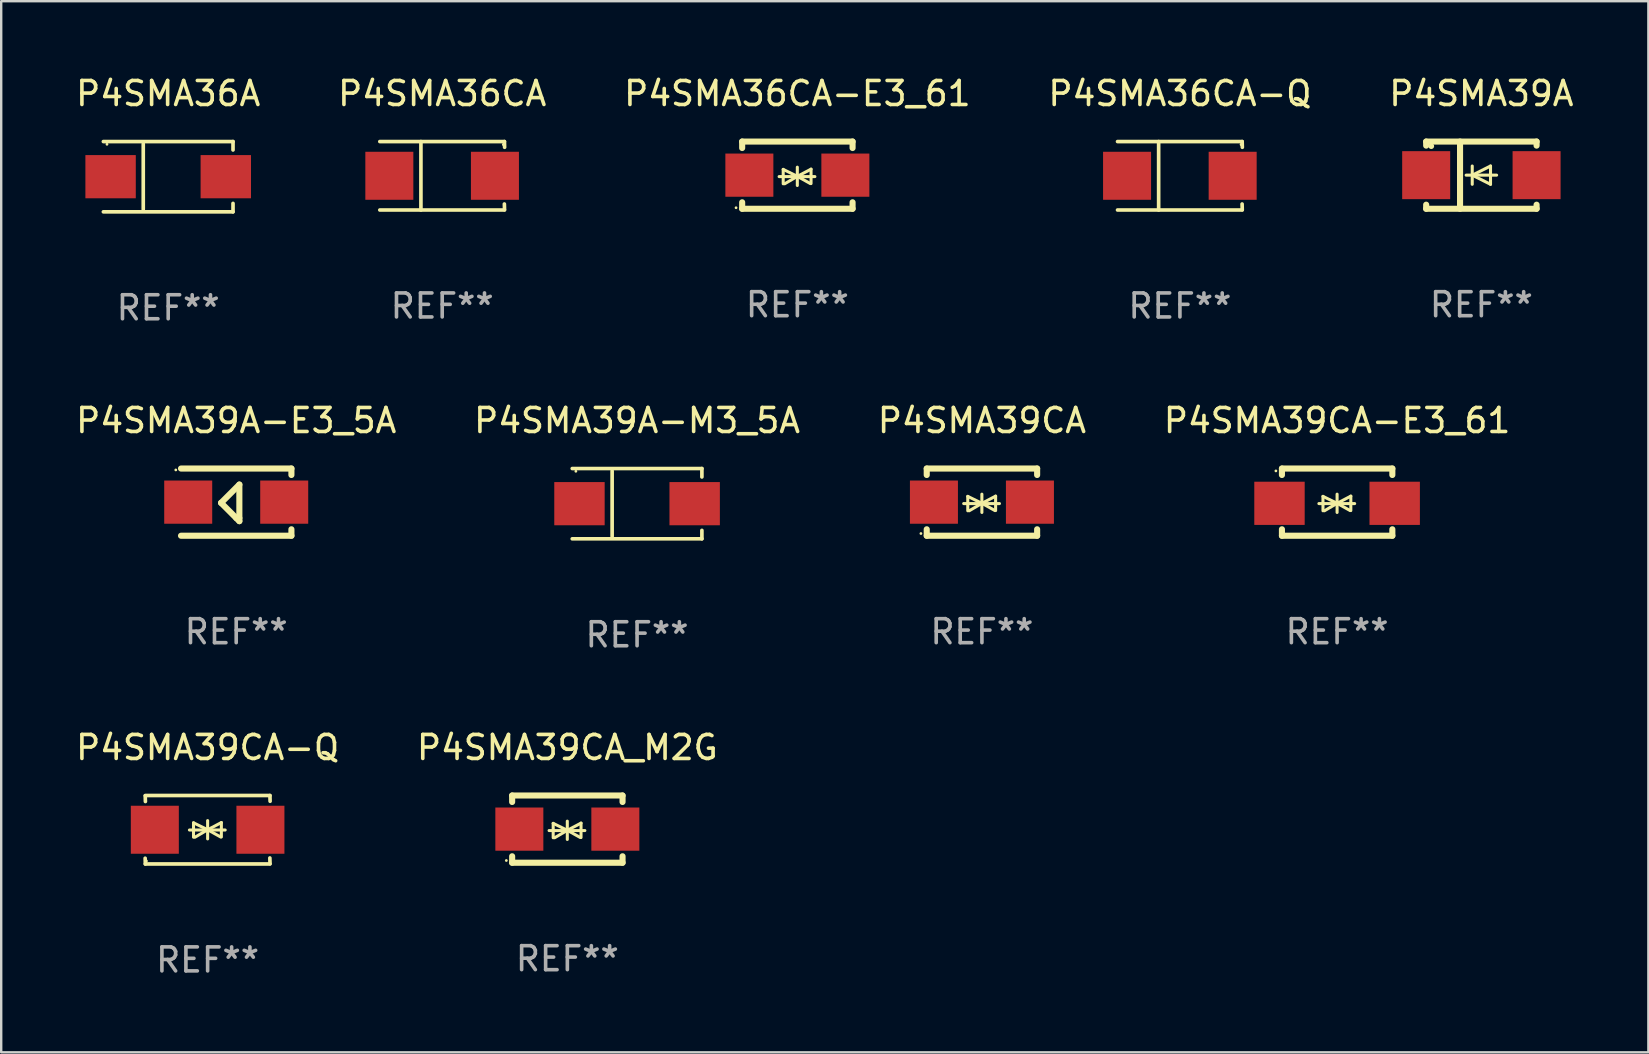
<source format=kicad_pcb>
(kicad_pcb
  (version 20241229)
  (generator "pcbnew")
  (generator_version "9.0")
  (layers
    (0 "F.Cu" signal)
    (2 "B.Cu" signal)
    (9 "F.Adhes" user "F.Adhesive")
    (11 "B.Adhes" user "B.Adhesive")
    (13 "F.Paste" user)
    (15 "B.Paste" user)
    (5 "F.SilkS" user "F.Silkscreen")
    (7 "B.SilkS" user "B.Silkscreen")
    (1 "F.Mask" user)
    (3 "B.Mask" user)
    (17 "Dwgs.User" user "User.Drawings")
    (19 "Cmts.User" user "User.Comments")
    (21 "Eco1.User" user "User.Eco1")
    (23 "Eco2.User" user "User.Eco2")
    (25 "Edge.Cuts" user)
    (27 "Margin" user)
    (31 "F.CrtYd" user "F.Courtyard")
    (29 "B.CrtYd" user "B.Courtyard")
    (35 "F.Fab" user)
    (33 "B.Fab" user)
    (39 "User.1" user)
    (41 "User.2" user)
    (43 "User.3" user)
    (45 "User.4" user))
  (footprint "P4SMA36CA-Q"
    (layer "F.Cu")
    (at 46.113 4.274)
    (property "Reference" "P4SMA36CA-Q" (at 0 -3.426 0) (layer "F.SilkS") (effects (font (size 1 1) (thickness 0.15))))
    (attr through_hole)
    (fp_line (start -2.6 -1.426) (end 2.593 -1.426) (stroke (width 0.152) (type solid)) (layer "F.SilkS"))
    (fp_line (start -2.6 1.426) (end 2.593 1.426) (stroke (width 0.152) (type solid)) (layer "F.SilkS"))
    (fp_line (start -0.887 -1.426) (end -0.887 1.426) (stroke (width 0.152) (type solid)) (layer "F.SilkS"))
    (fp_line (start 2.59 1.176) (end 2.597 1.415) (stroke (width 0.152) (type solid)) (layer "F.SilkS"))
    (fp_line (start 2.593 -1.426) (end 2.6 -1.187) (stroke (width 0.152) (type solid)) (layer "F.SilkS"))
    (fp_circle (center 2.547 -1.3) (end 2.577 -1.3) (stroke (width 0.06) (type solid)) (fill no) (layer "F.SilkS"))
    (fp_text user "REF**" (at 0 5.426 0) (layer "F.Fab") (effects (font (size 1 1) (thickness 0.15))))
    (pad "1" smd rect (at 2.197 -0.000025 180) (size 2 2) (layers "F.Cu" "F.Mask" "F.Paste"))
    (pad "2" smd rect (at -2.203 -0.000025 180) (size 2 2) (layers "F.Cu" "F.Mask" "F.Paste")))
  (footprint "P4SMA36CA"
    (layer "F.Cu")
    (at 15.375 4.274)
    (property "Reference" "P4SMA36CA" (at 0 -3.426 0) (layer "F.SilkS") (effects (font (size 1 1) (thickness 0.15))))
    (attr through_hole)
    (fp_line (start -2.6 -1.426) (end 2.593 -1.426) (stroke (width 0.152) (type solid)) (layer "F.SilkS"))
    (fp_line (start -2.6 1.426) (end 2.593 1.426) (stroke (width 0.152) (type solid)) (layer "F.SilkS"))
    (fp_line (start -0.887 -1.426) (end -0.887 1.426) (stroke (width 0.152) (type solid)) (layer "F.SilkS"))
    (fp_line (start 2.59 1.176) (end 2.597 1.415) (stroke (width 0.152) (type solid)) (layer "F.SilkS"))
    (fp_line (start 2.593 -1.426) (end 2.6 -1.187) (stroke (width 0.152) (type solid)) (layer "F.SilkS"))
    (fp_circle (center 2.547 -1.3) (end 2.577 -1.3) (stroke (width 0.06) (type solid)) (fill no) (layer "F.SilkS"))
    (fp_text user "REF**" (at 0 5.426 0) (layer "F.Fab") (effects (font (size 1 1) (thickness 0.15))))
    (pad "1" smd rect (at 2.197 -0.000025 180) (size 2 2) (layers "F.Cu" "F.Mask" "F.Paste"))
    (pad "2" smd rect (at -2.203 -0.000025 180) (size 2 2) (layers "F.Cu" "F.Mask" "F.Paste")))
  (footprint "P4SMA36CA-E3_61"
    (layer "F.Cu")
    (at 30.173 4.248)
    (property "Reference" "P4SMA36CA-E3_61" (at 0 -3.4 0) (layer "F.SilkS") (effects (font (size 1 1) (thickness 0.15))))
    (attr through_hole)
    (fp_line (start -2.3 -1.4) (end -2.3 -1.131) (stroke (width 0.254) (type solid)) (layer "F.SilkS"))
    (fp_line (start -2.3 -1.4) (end 2.3 -1.4) (stroke (width 0.254) (type solid)) (layer "F.SilkS"))
    (fp_line (start -2.3 1.131) (end -2.3 1.4) (stroke (width 0.254) (type solid)) (layer "F.SilkS"))
    (fp_line (start -2.3 1.4) (end 2.3 1.4) (stroke (width 0.254) (type solid)) (layer "F.SilkS"))
    (fp_line (start -0.76 0.06) (end 0.73 0.06) (stroke (width 0.127) (type solid)) (layer "F.SilkS"))
    (fp_line (start -0.59 -0.24) (end -0.59 0.36) (stroke (width 0.127) (type solid)) (layer "F.SilkS"))
    (fp_line (start -0.59 -0.24) (end -0.002 0.049) (stroke (width 0.127) (type solid)) (layer "F.SilkS"))
    (fp_line (start -0.53 0.36) (end -0.002 0.049) (stroke (width 0.127) (type solid)) (layer "F.SilkS"))
    (fp_line (start -0.002 0.049) (end -0.002 -0.332) (stroke (width 0.127) (type solid)) (layer "F.SilkS"))
    (fp_line (start -0.002 0.049) (end -0.002 0.43) (stroke (width 0.127) (type solid)) (layer "F.SilkS"))
    (fp_line (start 0.54 0.35) (end -0.002 0.049) (stroke (width 0.127) (type solid)) (layer "F.SilkS"))
    (fp_line (start 0.57 -0.25) (end -0.002 0.049) (stroke (width 0.127) (type solid)) (layer "F.SilkS"))
    (fp_line (start 0.57 -0.25) (end 0.57 0.35) (stroke (width 0.127) (type solid)) (layer "F.SilkS"))
    (fp_line (start 2.3 -1.4) (end 2.3 -1.131) (stroke (width 0.254) (type solid)) (layer "F.SilkS"))
    (fp_line (start 2.3 1.131) (end 2.3 1.4) (stroke (width 0.254) (type solid)) (layer "F.SilkS"))
    (fp_circle (center -2.555 1.358) (end -2.525 1.358) (stroke (width 0.06) (type solid)) (fill no) (layer "F.SilkS"))
    (fp_text user "REF**" (at 0 5.4 0) (layer "F.Fab") (effects (font (size 1 1) (thickness 0.15))))
    (pad "1" smd rect (at -2 -0.000025) (size 2 1.8) (layers "F.Cu" "F.Mask" "F.Paste"))
    (pad "2" smd rect (at 2 -0.000025) (size 2 1.8) (layers "F.Cu" "F.Mask" "F.Paste")))
  (footprint "P4SMA39A-M3_5A"
    (layer "F.Cu")
    (at 23.494 17.936)
    (property "Reference" "P4SMA39A-M3_5A" (at 0 -3.464 0) (layer "F.SilkS") (effects (font (size 1 1) (thickness 0.15))))
    (attr through_hole)
    (fp_line (start -2.701 -1.464) (end 2.701 -1.464) (stroke (width 0.152) (type solid)) (layer "F.SilkS"))
    (fp_line (start -2.701 1.464) (end 2.701 1.464) (stroke (width 0.152) (type solid)) (layer "F.SilkS"))
    (fp_line (start -1.039 -1.364) (end -1.039 1.364) (stroke (width 0.152) (type solid)) (layer "F.SilkS"))
    (fp_line (start 2.701 -1.464) (end 2.701 -1.113) (stroke (width 0.152) (type solid)) (layer "F.SilkS"))
    (fp_line (start 2.701 1.464) (end 2.701 1.113) (stroke (width 0.152) (type solid)) (layer "F.SilkS"))
    (fp_circle (center -2.55 -1.35) (end -2.52 -1.35) (stroke (width 0.06) (type solid)) (fill no) (layer "F.SilkS"))
    (fp_text user "REF**" (at 0 5.464 0) (layer "F.Fab") (effects (font (size 1 1) (thickness 0.15))))
    (pad "1" smd rect (at -2.4 0) (size 2.1 1.8) (layers "F.Cu" "F.Mask" "F.Paste"))
    (pad "2" smd rect (at 2.4 0) (size 2.1 1.8) (layers "F.Cu" "F.Mask" "F.Paste")))
  (footprint "P4SMA39A-E3_5A"
    (layer "F.Cu")
    (at 6.792 17.872)
    (property "Reference" "P4SMA39A-E3_5A" (at 0 -3.4 0) (layer "F.SilkS") (effects (font (size 1 1) (thickness 0.15))))
    (attr through_hole)
    (fp_line (start -2.3 -1.4) (end 2.3 -1.4) (stroke (width 0.254) (type solid)) (layer "F.SilkS"))
    (fp_line (start -2.3 1.4) (end 2.3 1.4) (stroke (width 0.254) (type solid)) (layer "F.SilkS"))
    (fp_line (start -0.631 0.03) (end 0.131 -0.732) (stroke (width 0.254) (type solid)) (layer "F.SilkS"))
    (fp_line (start 0.004 0.665) (end -0.631 0.03) (stroke (width 0.254) (type solid)) (layer "F.SilkS"))
    (fp_line (start 0.131 -0.732) (end 0.131 0.665) (stroke (width 0.254) (type solid)) (layer "F.SilkS"))
    (fp_line (start 0.131 0.665) (end 0.131 0.792) (stroke (width 0.254) (type solid)) (layer "F.SilkS"))
    (fp_line (start 0.131 0.792) (end 0.004 0.665) (stroke (width 0.254) (type solid)) (layer "F.SilkS"))
    (fp_line (start 2.3 -1.4) (end 2.3 -1.131) (stroke (width 0.254) (type solid)) (layer "F.SilkS"))
    (fp_line (start 2.3 1.131) (end 2.3 1.4) (stroke (width 0.254) (type solid)) (layer "F.SilkS"))
    (fp_circle (center -2.517 -1.342) (end -2.487 -1.342) (stroke (width 0.06) (type solid)) (fill no) (layer "F.SilkS"))
    (fp_text user "REF**" (at 0 5.4 0) (layer "F.Fab") (effects (font (size 1 1) (thickness 0.15))))
    (pad "1" smd rect (at -2 -0.000127) (size 2 1.8) (layers "F.Cu" "F.Mask" "F.Paste"))
    (pad "2" smd rect (at 2 -0.000127) (size 2 1.8) (layers "F.Cu" "F.Mask" "F.Paste")))
  (footprint "P4SMA36A"
    (layer "F.Cu")
    (at 3.958 4.312)
    (property "Reference" "P4SMA36A" (at 0 -3.464 0) (layer "F.SilkS") (effects (font (size 1 1) (thickness 0.15))))
    (attr through_hole)
    (fp_line (start -2.701 -1.464) (end 2.701 -1.464) (stroke (width 0.152) (type solid)) (layer "F.SilkS"))
    (fp_line (start -2.701 1.464) (end 2.701 1.464) (stroke (width 0.152) (type solid)) (layer "F.SilkS"))
    (fp_line (start -1.039 -1.364) (end -1.039 1.364) (stroke (width 0.152) (type solid)) (layer "F.SilkS"))
    (fp_line (start 2.701 -1.464) (end 2.701 -1.113) (stroke (width 0.152) (type solid)) (layer "F.SilkS"))
    (fp_line (start 2.701 1.464) (end 2.701 1.113) (stroke (width 0.152) (type solid)) (layer "F.SilkS"))
    (fp_circle (center -2.55 -1.35) (end -2.52 -1.35) (stroke (width 0.06) (type solid)) (fill no) (layer "F.SilkS"))
    (fp_text user "REF**" (at 0 5.464 0) (layer "F.Fab") (effects (font (size 1 1) (thickness 0.15))))
    (pad "1" smd rect (at -2.4 0) (size 2.1 1.8) (layers "F.Cu" "F.Mask" "F.Paste"))
    (pad "2" smd rect (at 2.4 0) (size 2.1 1.8) (layers "F.Cu" "F.Mask" "F.Paste")))
  (footprint "P4SMA39CA-Q"
    (layer "F.Cu")
    (at 5.601 31.522)
    (property "Reference" "P4SMA39CA-Q" (at 0 -3.426 0) (layer "F.SilkS") (effects (font (size 1 1) (thickness 0.15))))
    (attr through_hole)
    (fp_line (start -2.596 -1.426) (end 2.596 -1.426) (stroke (width 0.152) (type solid)) (layer "F.SilkS"))
    (fp_line (start -2.596 1.426) (end -2.603 1.187) (stroke (width 0.152) (type solid)) (layer "F.SilkS"))
    (fp_line (start -2.596 1.426) (end 2.596 1.426) (stroke (width 0.152) (type solid)) (layer "F.SilkS"))
    (fp_line (start -2.593 -1.176) (end -2.6 -1.415) (stroke (width 0.152) (type solid)) (layer "F.SilkS"))
    (fp_line (start -0.758 0.011) (end 0.732 0.011) (stroke (width 0.127) (type solid)) (layer "F.SilkS"))
    (fp_line (start -0.588 -0.289) (end -0.588 0.311) (stroke (width 0.127) (type solid)) (layer "F.SilkS"))
    (fp_line (start -0.588 -0.289) (end 0 0) (stroke (width 0.127) (type solid)) (layer "F.SilkS"))
    (fp_line (start -0.528 0.311) (end 0 0) (stroke (width 0.127) (type solid)) (layer "F.SilkS"))
    (fp_line (start 0 0) (end 0 -0.381) (stroke (width 0.127) (type solid)) (layer "F.SilkS"))
    (fp_line (start 0 0) (end 0 0.381) (stroke (width 0.127) (type solid)) (layer "F.SilkS"))
    (fp_line (start 0.542 0.301) (end 0 0) (stroke (width 0.127) (type solid)) (layer "F.SilkS"))
    (fp_line (start 0.572 -0.299) (end 0 0) (stroke (width 0.127) (type solid)) (layer "F.SilkS"))
    (fp_line (start 0.572 -0.299) (end 0.572 0.301) (stroke (width 0.127) (type solid)) (layer "F.SilkS"))
    (fp_line (start 2.593 1.176) (end 2.6 1.415) (stroke (width 0.152) (type solid)) (layer "F.SilkS"))
    (fp_line (start 2.596 -1.426) (end 2.603 -1.187) (stroke (width 0.152) (type solid)) (layer "F.SilkS"))
    (fp_circle (center -2.55 1.3) (end -2.52 1.3) (stroke (width 0.06) (type solid)) (fill no) (layer "F.SilkS"))
    (fp_text user "REF**" (at 0 5.426 0) (layer "F.Fab") (effects (font (size 1 1) (thickness 0.15))))
    (pad "1" smd rect (at -2.2 0 180) (size 2 2) (layers "F.Cu" "F.Mask" "F.Paste"))
    (pad "2" smd rect (at 2.2 0 180) (size 2 2) (layers "F.Cu" "F.Mask" "F.Paste")))
  (footprint "P4SMA39A"
    (layer "F.Cu")
    (at 58.673 4.248)
    (property "Reference" "P4SMA39A" (at 0 -3.4 0) (layer "F.SilkS") (effects (font (size 1 1) (thickness 0.15))))
    (attr through_hole)
    (fp_line (start -2.3 -1.4) (end -2.3 -1.231) (stroke (width 0.254) (type solid)) (layer "F.SilkS"))
    (fp_line (start -2.3 -1.4) (end 2.3 -1.4) (stroke (width 0.254) (type solid)) (layer "F.SilkS"))
    (fp_line (start -2.3 1.231) (end -2.3 1.4) (stroke (width 0.254) (type solid)) (layer "F.SilkS"))
    (fp_line (start -2.3 1.4) (end 2.3 1.4) (stroke (width 0.254) (type solid)) (layer "F.SilkS"))
    (fp_line (start -0.889 1.4) (end -0.889 -1.4) (stroke (width 0.254) (type solid)) (layer "F.SilkS"))
    (fp_line (start -0.381 0) (end -0.381 -0.381) (stroke (width 0.127) (type solid)) (layer "F.SilkS"))
    (fp_line (start -0.381 0) (end -0.381 0.381) (stroke (width 0.127) (type solid)) (layer "F.SilkS"))
    (fp_line (start 0.381 -0.381) (end -0.381 0) (stroke (width 0.127) (type solid)) (layer "F.SilkS"))
    (fp_line (start 0.381 0) (end 0.381 -0.381) (stroke (width 0.127) (type solid)) (layer "F.SilkS"))
    (fp_line (start 0.381 0) (end 0.381 0.381) (stroke (width 0.127) (type solid)) (layer "F.SilkS"))
    (fp_line (start 0.381 0.381) (end -0.381 0) (stroke (width 0.127) (type solid)) (layer "F.SilkS"))
    (fp_line (start 0.635 0) (end -0.635 0) (stroke (width 0.127) (type solid)) (layer "F.SilkS"))
    (fp_line (start 2.3 -1.4) (end 2.3 -1.231) (stroke (width 0.254) (type solid)) (layer "F.SilkS"))
    (fp_line (start 2.3 1.231) (end 2.3 1.4) (stroke (width 0.254) (type solid)) (layer "F.SilkS"))
    (fp_circle (center -2.088 -1.208) (end -2.028 -1.208) (stroke (width 0.12) (type solid)) (fill no) (layer "F.SilkS"))
    (fp_text user "REF**" (at 0 5.4 0) (layer "F.Fab") (effects (font (size 1 1) (thickness 0.15))))
    (pad "1" smd rect (at -2.3 0 180) (size 2 2) (layers "F.Cu" "F.Mask" "F.Paste"))
    (pad "2" smd rect (at 2.3 0 180) (size 2 2) (layers "F.Cu" "F.Mask" "F.Paste")))
  (footprint "P4SMA39CA_M2G"
    (layer "F.Cu")
    (at 20.589 31.496)
    (property "Reference" "P4SMA39CA_M2G" (at 0 -3.4 0) (layer "F.SilkS") (effects (font (size 1 1) (thickness 0.15))))
    (attr through_hole)
    (fp_line (start -2.3 -1.4) (end -2.3 -1.131) (stroke (width 0.254) (type solid)) (layer "F.SilkS"))
    (fp_line (start -2.3 -1.4) (end 2.3 -1.4) (stroke (width 0.254) (type solid)) (layer "F.SilkS"))
    (fp_line (start -2.3 1.131) (end -2.3 1.4) (stroke (width 0.254) (type solid)) (layer "F.SilkS"))
    (fp_line (start -2.3 1.4) (end 2.3 1.4) (stroke (width 0.254) (type solid)) (layer "F.SilkS"))
    (fp_line (start -0.76 0.06) (end 0.73 0.06) (stroke (width 0.127) (type solid)) (layer "F.SilkS"))
    (fp_line (start -0.59 -0.24) (end -0.59 0.36) (stroke (width 0.127) (type solid)) (layer "F.SilkS"))
    (fp_line (start -0.59 -0.24) (end -0.002 0.049) (stroke (width 0.127) (type solid)) (layer "F.SilkS"))
    (fp_line (start -0.53 0.36) (end -0.002 0.049) (stroke (width 0.127) (type solid)) (layer "F.SilkS"))
    (fp_line (start -0.002 0.049) (end -0.002 -0.332) (stroke (width 0.127) (type solid)) (layer "F.SilkS"))
    (fp_line (start -0.002 0.049) (end -0.002 0.43) (stroke (width 0.127) (type solid)) (layer "F.SilkS"))
    (fp_line (start 0.54 0.35) (end -0.002 0.049) (stroke (width 0.127) (type solid)) (layer "F.SilkS"))
    (fp_line (start 0.57 -0.25) (end -0.002 0.049) (stroke (width 0.127) (type solid)) (layer "F.SilkS"))
    (fp_line (start 0.57 -0.25) (end 0.57 0.35) (stroke (width 0.127) (type solid)) (layer "F.SilkS"))
    (fp_line (start 2.3 -1.4) (end 2.3 -1.131) (stroke (width 0.254) (type solid)) (layer "F.SilkS"))
    (fp_line (start 2.3 1.131) (end 2.3 1.4) (stroke (width 0.254) (type solid)) (layer "F.SilkS"))
    (fp_circle (center -2.542 1.308) (end -2.512 1.308) (stroke (width 0.06) (type solid)) (fill no) (layer "F.SilkS"))
    (fp_text user "REF**" (at 0 5.4 0) (layer "F.Fab") (effects (font (size 1 1) (thickness 0.15))))
    (pad "1" smd rect (at -2 0) (size 2 1.8) (layers "F.Cu" "F.Mask" "F.Paste"))
    (pad "2" smd rect (at 2 0) (size 2 1.8) (layers "F.Cu" "F.Mask" "F.Paste")))
  (footprint "P4SMA39CA"
    (layer "F.Cu")
    (at 37.863 17.872)
    (property "Reference" "P4SMA39CA" (at 0 -3.4 0) (layer "F.SilkS") (effects (font (size 1 1) (thickness 0.15))))
    (attr through_hole)
    (fp_line (start -2.3 -1.4) (end -2.3 -1.131) (stroke (width 0.254) (type solid)) (layer "F.SilkS"))
    (fp_line (start -2.3 -1.4) (end 2.3 -1.4) (stroke (width 0.254) (type solid)) (layer "F.SilkS"))
    (fp_line (start -2.3 1.131) (end -2.3 1.4) (stroke (width 0.254) (type solid)) (layer "F.SilkS"))
    (fp_line (start -2.3 1.4) (end 2.3 1.4) (stroke (width 0.254) (type solid)) (layer "F.SilkS"))
    (fp_line (start -0.76 0.06) (end 0.73 0.06) (stroke (width 0.127) (type solid)) (layer "F.SilkS"))
    (fp_line (start -0.59 -0.24) (end -0.59 0.36) (stroke (width 0.127) (type solid)) (layer "F.SilkS"))
    (fp_line (start -0.59 -0.24) (end -0.002 0.049) (stroke (width 0.127) (type solid)) (layer "F.SilkS"))
    (fp_line (start -0.53 0.36) (end -0.002 0.049) (stroke (width 0.127) (type solid)) (layer "F.SilkS"))
    (fp_line (start -0.002 0.049) (end -0.002 -0.332) (stroke (width 0.127) (type solid)) (layer "F.SilkS"))
    (fp_line (start -0.002 0.049) (end -0.002 0.43) (stroke (width 0.127) (type solid)) (layer "F.SilkS"))
    (fp_line (start 0.54 0.35) (end -0.002 0.049) (stroke (width 0.127) (type solid)) (layer "F.SilkS"))
    (fp_line (start 0.57 -0.25) (end -0.002 0.049) (stroke (width 0.127) (type solid)) (layer "F.SilkS"))
    (fp_line (start 0.57 -0.25) (end 0.57 0.35) (stroke (width 0.127) (type solid)) (layer "F.SilkS"))
    (fp_line (start 2.3 -1.4) (end 2.3 -1.131) (stroke (width 0.254) (type solid)) (layer "F.SilkS"))
    (fp_line (start 2.3 1.131) (end 2.3 1.4) (stroke (width 0.254) (type solid)) (layer "F.SilkS"))
    (fp_circle (center -2.542 1.308) (end -2.512 1.308) (stroke (width 0.06) (type solid)) (fill no) (layer "F.SilkS"))
    (fp_text user "REF**" (at 0 5.4 0) (layer "F.Fab") (effects (font (size 1 1) (thickness 0.15))))
    (pad "1" smd rect (at -2 0) (size 2 1.8) (layers "F.Cu" "F.Mask" "F.Paste"))
    (pad "2" smd rect (at 2 0) (size 2 1.8) (layers "F.Cu" "F.Mask" "F.Paste")))
  (footprint "P4SMA39CA-E3_61"
    (layer "F.Cu")
    (at 52.661 17.872)
    (property "Reference" "P4SMA39CA-E3_61" (at 0 -3.4 0) (layer "F.SilkS") (effects (font (size 1 1) (thickness 0.15))))
    (attr through_hole)
    (fp_line (start -2.298 -1.4) (end -2.298 -1.131) (stroke (width 0.254) (type solid)) (layer "F.SilkS"))
    (fp_line (start -2.298 -1.4) (end 2.302 -1.4) (stroke (width 0.254) (type solid)) (layer "F.SilkS"))
    (fp_line (start -2.298 1.131) (end -2.298 1.4) (stroke (width 0.254) (type solid)) (layer "F.SilkS"))
    (fp_line (start -2.298 1.4) (end 2.302 1.4) (stroke (width 0.254) (type solid)) (layer "F.SilkS"))
    (fp_line (start -0.758 0.06) (end 0.732 0.06) (stroke (width 0.127) (type solid)) (layer "F.SilkS"))
    (fp_line (start -0.588 -0.24) (end -0.588 0.36) (stroke (width 0.127) (type solid)) (layer "F.SilkS"))
    (fp_line (start -0.588 -0.24) (end 0.000025 0.049) (stroke (width 0.127) (type solid)) (layer "F.SilkS"))
    (fp_line (start -0.528 0.36) (end 0.000025 0.049) (stroke (width 0.127) (type solid)) (layer "F.SilkS"))
    (fp_line (start 0.000025 0.049) (end 0.000025 -0.332) (stroke (width 0.127) (type solid)) (layer "F.SilkS"))
    (fp_line (start 0.000025 0.049) (end 0.000025 0.43) (stroke (width 0.127) (type solid)) (layer "F.SilkS"))
    (fp_line (start 0.542 0.35) (end 0.000025 0.049) (stroke (width 0.127) (type solid)) (layer "F.SilkS"))
    (fp_line (start 0.572 -0.25) (end 0.000025 0.049) (stroke (width 0.127) (type solid)) (layer "F.SilkS"))
    (fp_line (start 0.572 -0.25) (end 0.572 0.35) (stroke (width 0.127) (type solid)) (layer "F.SilkS"))
    (fp_line (start 2.302 -1.4) (end 2.302 -1.131) (stroke (width 0.254) (type solid)) (layer "F.SilkS"))
    (fp_line (start 2.302 1.131) (end 2.302 1.4) (stroke (width 0.254) (type solid)) (layer "F.SilkS"))
    (fp_circle (center -2.549 -1.301) (end -2.519 -1.301) (stroke (width 0.06) (type solid)) (fill no) (layer "F.SilkS"))
    (fp_text user "REF**" (at 0 5.4 0) (layer "F.Fab") (effects (font (size 1 1) (thickness 0.15))))
    (pad "1" smd rect (at -2.4 0.049) (size 2.1 1.8) (layers "F.Cu" "F.Mask" "F.Paste"))
    (pad "2" smd rect (at 2.4 0.049) (size 2.1 1.8) (layers "F.Cu" "F.Mask" "F.Paste")))
  (gr_rect
    (start -3 -3)
    (end 65.631 40.797)
    (stroke (width 0.1) (type default))
    (fill no)
    (layer "Edge.Cuts")))
</source>
